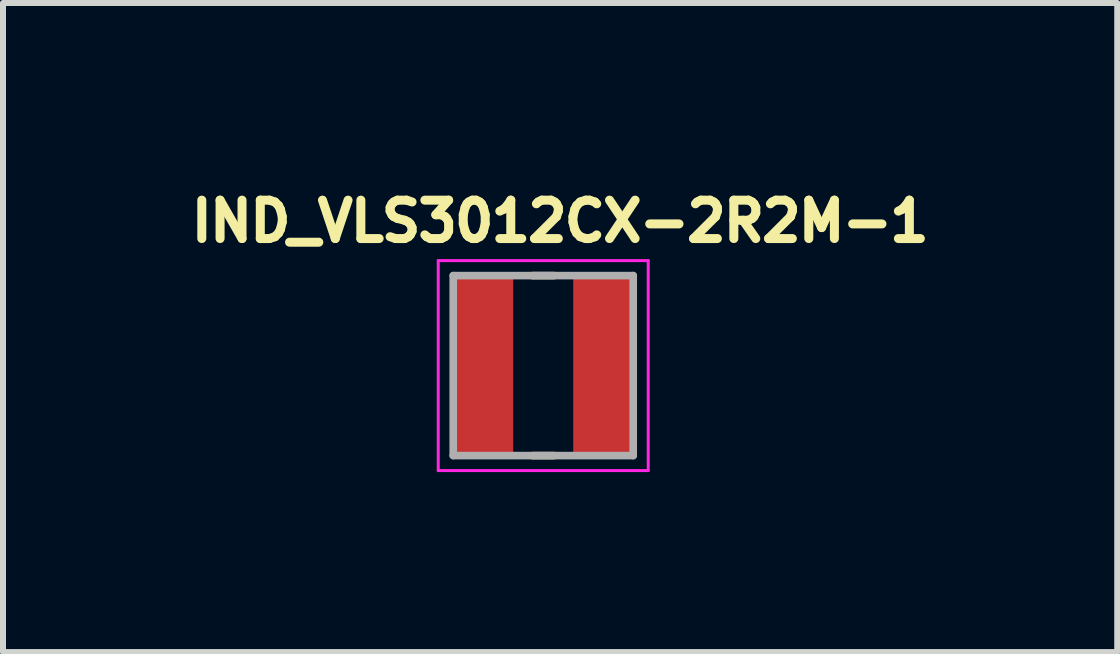
<source format=kicad_pcb>
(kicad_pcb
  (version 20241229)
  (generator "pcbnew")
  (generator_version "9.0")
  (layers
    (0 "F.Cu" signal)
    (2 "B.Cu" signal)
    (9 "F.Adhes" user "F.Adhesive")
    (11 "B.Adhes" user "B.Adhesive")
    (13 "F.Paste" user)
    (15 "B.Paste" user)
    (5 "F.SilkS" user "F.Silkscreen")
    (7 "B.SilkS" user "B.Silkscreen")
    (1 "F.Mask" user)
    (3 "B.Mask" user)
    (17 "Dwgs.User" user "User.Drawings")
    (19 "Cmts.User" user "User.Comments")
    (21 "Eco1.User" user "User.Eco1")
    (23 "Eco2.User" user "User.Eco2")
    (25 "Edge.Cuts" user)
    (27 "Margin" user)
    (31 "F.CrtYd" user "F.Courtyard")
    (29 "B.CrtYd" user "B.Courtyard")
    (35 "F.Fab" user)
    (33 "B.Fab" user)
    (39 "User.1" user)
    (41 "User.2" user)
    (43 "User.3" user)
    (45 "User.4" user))
  (footprint "IND_VLS3012CX-2R2M-1"
    (layer "F.Cu")
    (at 6.005 3.044)
    (property "Reference" "IND_VLS3012CX-2R2M-1" (at 0.282 -2.406 0) (layer "F.SilkS") (effects (font (size 0.64 0.64) (thickness 0.15))))
    (attr smd)
    (fp_line (start -0.18 -1.5) (end 0.18 -1.5) (stroke (width 0.127) (type solid)) (layer "F.SilkS"))
    (fp_line (start -0.18 1.5) (end 0.18 1.5) (stroke (width 0.127) (type solid)) (layer "F.SilkS"))
    (fp_line (start -1.75 -1.75) (end -1.75 1.75) (stroke (width 0.05) (type solid)) (layer "F.CrtYd"))
    (fp_line (start -1.75 1.75) (end 1.75 1.75) (stroke (width 0.05) (type solid)) (layer "F.CrtYd"))
    (fp_line (start 1.75 -1.75) (end -1.75 -1.75) (stroke (width 0.05) (type solid)) (layer "F.CrtYd"))
    (fp_line (start 1.75 1.75) (end 1.75 -1.75) (stroke (width 0.05) (type solid)) (layer "F.CrtYd"))
    (fp_line (start -1.5 -1.5) (end -1.5 1.5) (stroke (width 0.127) (type solid)) (layer "F.Fab"))
    (fp_line (start -1.5 -1.5) (end 1.5 -1.5) (stroke (width 0.127) (type solid)) (layer "F.Fab"))
    (fp_line (start -1.5 1.5) (end 1.5 1.5) (stroke (width 0.127) (type solid)) (layer "F.Fab"))
    (fp_line (start 1.5 -1.5) (end 1.5 1.5) (stroke (width 0.127) (type solid)) (layer "F.Fab"))
    (pad "1" smd rect (at -1 0) (size 1 3) (layers "F.Cu" "F.Mask" "F.Paste"))
    (pad "2" smd rect (at 1 0) (size 1 3) (layers "F.Cu" "F.Mask" "F.Paste")))
  (gr_rect
    (start -3 -3)
    (end 15.573 7.819)
    (stroke (width 0.1) (type default))
    (fill no)
    (layer "Edge.Cuts")))
</source>
